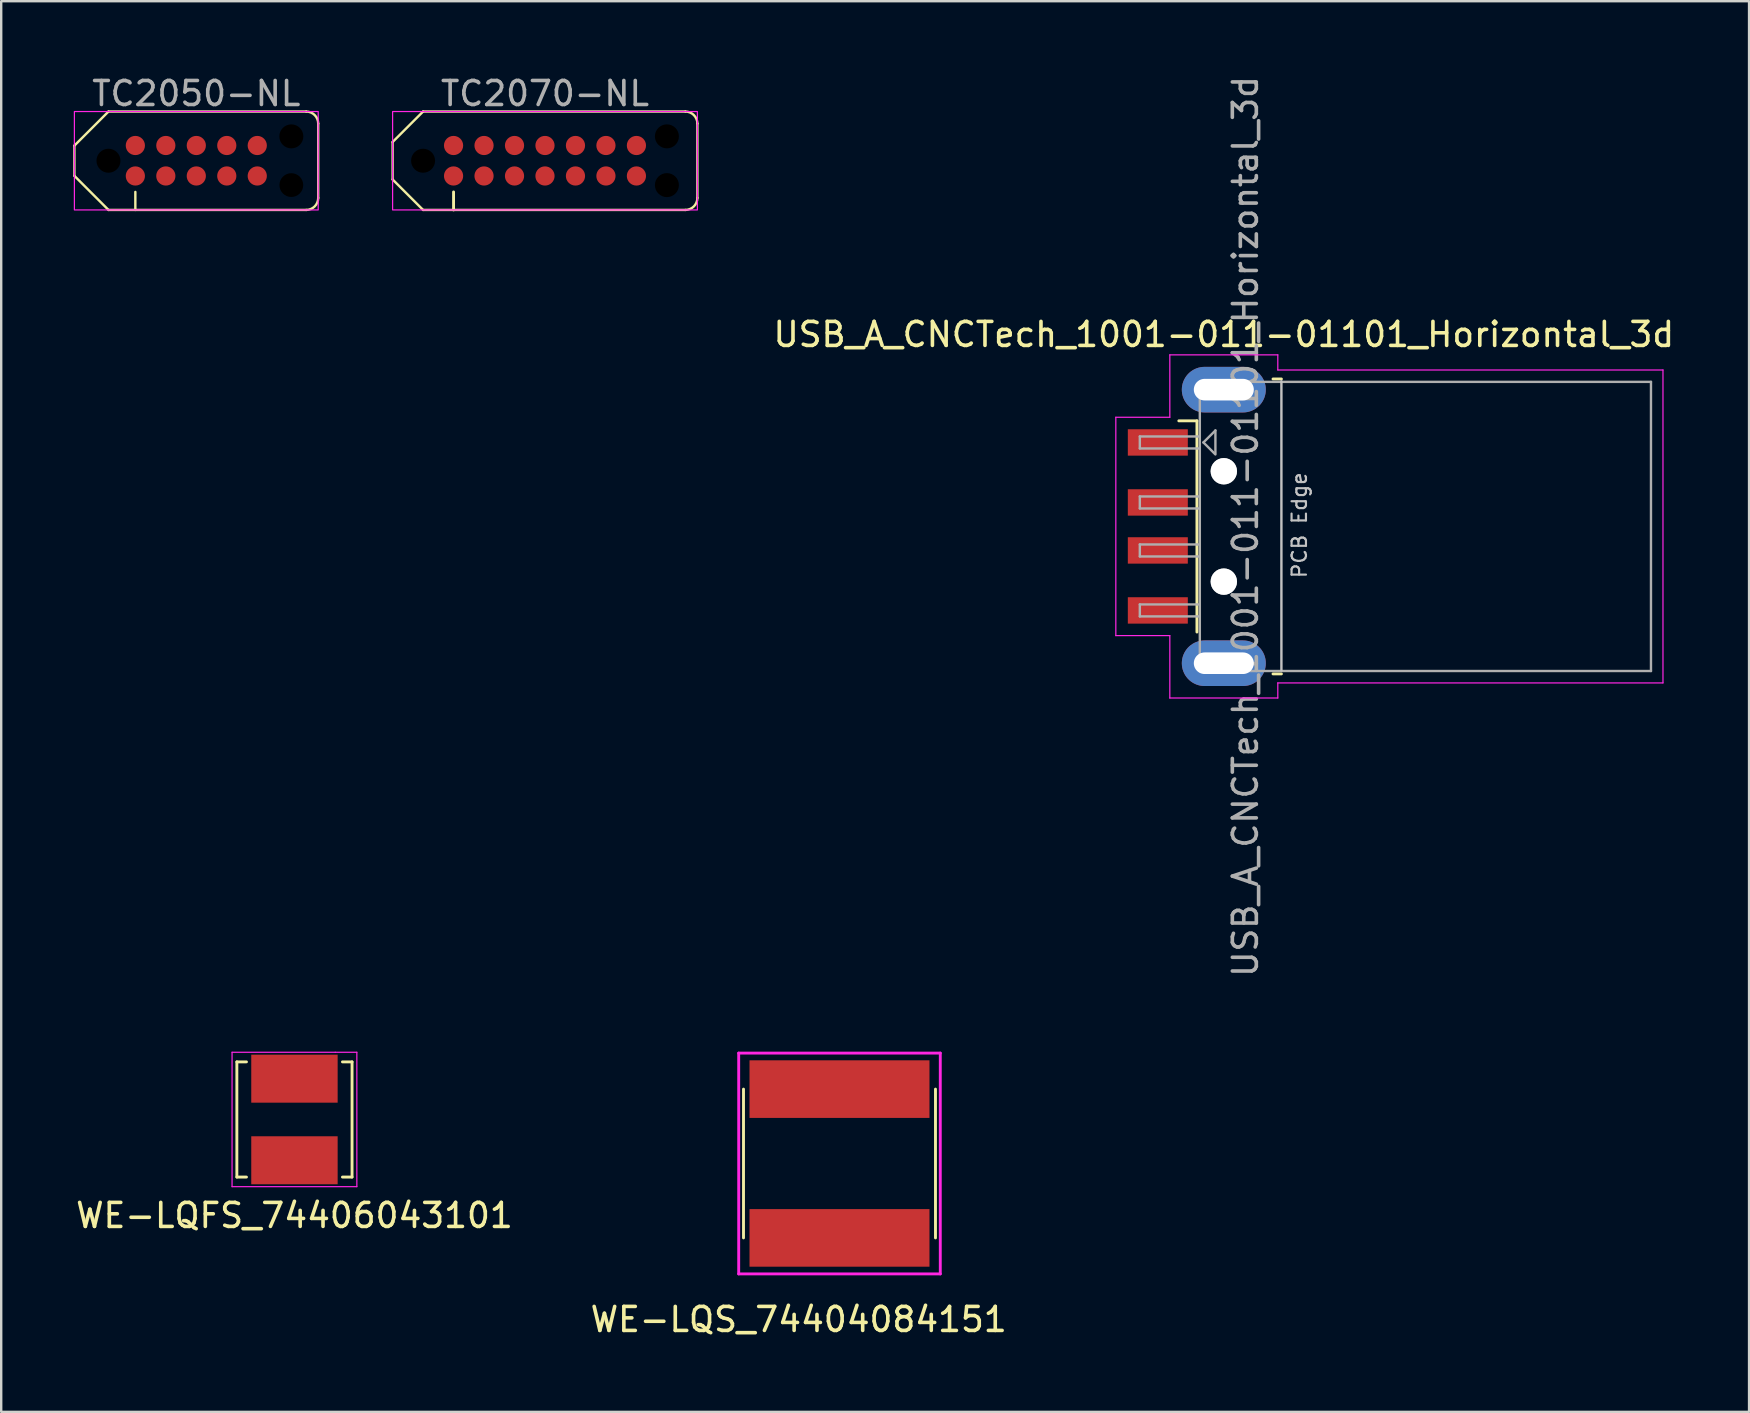
<source format=kicad_pcb>
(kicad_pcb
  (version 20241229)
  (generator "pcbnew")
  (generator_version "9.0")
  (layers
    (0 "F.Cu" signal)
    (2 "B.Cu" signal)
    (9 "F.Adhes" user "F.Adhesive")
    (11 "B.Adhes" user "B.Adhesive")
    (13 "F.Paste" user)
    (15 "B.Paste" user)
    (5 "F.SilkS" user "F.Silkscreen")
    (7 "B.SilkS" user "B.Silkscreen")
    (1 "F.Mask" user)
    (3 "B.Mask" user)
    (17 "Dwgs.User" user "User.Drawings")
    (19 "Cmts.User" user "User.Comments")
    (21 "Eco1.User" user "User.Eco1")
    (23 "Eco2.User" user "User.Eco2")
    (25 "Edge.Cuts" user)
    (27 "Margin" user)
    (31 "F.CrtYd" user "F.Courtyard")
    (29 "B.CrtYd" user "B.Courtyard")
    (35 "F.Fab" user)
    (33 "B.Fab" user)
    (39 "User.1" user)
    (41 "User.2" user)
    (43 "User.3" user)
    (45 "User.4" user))
  (footprint "TC2070-NL"
    (layer "F.Cu")
    (at 19.66 3.648)
    (property "Reference" "TC2070-NL" (at 0 -2.8 0) (unlocked yes) (layer "F.Fab") (effects (font (size 1 1) (thickness 0.15))))
    (attr smd exclude_from_pos_files exclude_from_bom)
    (fp_line (start -6.35 -0.78) (end -6.35 0.78) (stroke (width 0.1) (type solid)) (layer "F.SilkS"))
    (fp_line (start -5.08 -2.05) (end -6.35 -0.78) (stroke (width 0.1) (type solid)) (layer "F.SilkS"))
    (fp_line (start -5.08 2.05) (end -6.35 0.78) (stroke (width 0.1) (type solid)) (layer "F.SilkS"))
    (fp_line (start -3.81 2.05) (end -3.81 1.3) (stroke (width 0.12) (type solid)) (layer "F.SilkS"))
    (fp_line (start 5.85 -2.05) (end -5.08 -2.05) (stroke (width 0.1) (type solid)) (layer "F.SilkS"))
    (fp_line (start 5.85 2.05) (end -5.08 2.05) (stroke (width 0.1) (type solid)) (layer "F.SilkS"))
    (fp_line (start 6.35 -1.55) (end 6.35 1.55) (stroke (width 0.1) (type solid)) (layer "F.SilkS"))
    (fp_arc (start 5.85 -2.05) (mid 6.203553 -1.903553) (end 6.35 -1.55) (stroke (width 0.1) (type solid)) (layer "F.SilkS"))
    (fp_arc (start 6.35 1.55) (mid 6.203553 1.903553) (end 5.85 2.05) (stroke (width 0.1) (type solid)) (layer "F.SilkS"))
    (fp_rect (start 6.35 2.05) (end -6.35 -2.05) (stroke (width 0.05) (type solid)) (fill no) (layer "F.CrtYd"))
    (pad "" np_thru_hole circle (at -5.08 0) (size 1 1) (drill 1) (layers "*.Mask"))
    (pad "" np_thru_hole circle (at 5.08 -1.016) (size 1 1) (drill 1) (layers "*.Mask"))
    (pad "" np_thru_hole circle (at 5.08 1.016) (size 1 1) (drill 1) (layers "*.Mask"))
    (pad "1" smd circle (at -3.81 0.635) (size 0.8 0.8) (layers "F.Cu" "F.Mask"))
    (pad "2" smd circle (at -2.54 0.635) (size 0.8 0.8) (layers "F.Cu" "F.Mask"))
    (pad "3" smd circle (at -1.27 0.635) (size 0.8 0.8) (layers "F.Cu" "F.Mask"))
    (pad "4" smd circle (at 0 0.635) (size 0.8 0.8) (layers "F.Cu" "F.Mask"))
    (pad "5" smd circle (at 1.27 0.635) (size 0.8 0.8) (layers "F.Cu" "F.Mask"))
    (pad "6" smd circle (at 2.54 0.635) (size 0.8 0.8) (layers "F.Cu" "F.Mask"))
    (pad "7" smd circle (at 3.81 0.635) (size 0.8 0.8) (layers "F.Cu" "F.Mask"))
    (pad "8" smd circle (at 3.81 -0.635) (size 0.8 0.8) (layers "F.Cu" "F.Mask"))
    (pad "9" smd circle (at 2.54 -0.635) (size 0.8 0.8) (layers "F.Cu" "F.Mask"))
    (pad "10" smd circle (at 1.27 -0.635) (size 0.8 0.8) (layers "F.Cu" "F.Mask"))
    (pad "11" smd circle (at 0 -0.635) (size 0.8 0.8) (layers "F.Cu" "F.Mask"))
    (pad "12" smd circle (at -1.27 -0.635) (size 0.8 0.8) (layers "F.Cu" "F.Mask"))
    (pad "13" smd circle (at -2.54 -0.635) (size 0.8 0.8) (layers "F.Cu" "F.Mask"))
    (pad "14" smd circle (at -3.81 -0.635) (size 0.8 0.8) (layers "F.Cu" "F.Mask"))
    (zone (net_name "") (layers "F.Cu" "F.SilkS" "F.CrtYd") (hatch edge 0.508) (connect_pads) (min_thickness 0.254) (filled_areas_thickness no) (keepout (tracks not_allowed) (vias not_allowed) (pads allowed) (copperpour not_allowed) (footprints not_allowed)) (placement (enabled no)) (fill) (polygon (pts (xy 23.47 3.418) (xy 23.47 3.878) (xy 23.19 3.998) (xy 23.07 4.278) (xy 22.6 4.278) (xy 22.2 3.883) (xy 21.8 4.278) (xy 21.33 4.278) (xy 20.93 3.883) (xy 20.53 4.278) (xy 20.06 4.278) (xy 19.66 3.883) (xy 19.26 4.278) (xy 18.79 4.278) (xy 18.39 3.883) (xy 17.99 4.278) (xy 17.52 4.278) (xy 17.12 3.883) (xy 16.72 4.278) (xy 16.25 4.278) (xy 16.13 3.998) (xy 15.85 3.878) (xy 15.85 3.418) (xy 16.13 3.298) (xy 16.25 3.018) (xy 16.72 3.018) (xy 17.12 3.413) (xy 17.52 3.018) (xy 17.99 3.018) (xy 18.39 3.413) (xy 18.79 3.018) (xy 19.26 3.018) (xy 19.66 3.413) (xy 20.06 3.018) (xy 20.53 3.018) (xy 20.93 3.413) (xy 21.33 3.018) (xy 21.8 3.018) (xy 22.2 3.413) (xy 22.6 3.018) (xy 23.07 3.018) (xy 23.19 3.298)))))
  (footprint "TC2050-NL"
    (layer "F.Cu")
    (at 5.13 3.648)
    (property "Reference" "TC2050-NL" (at 0 -2.8 0) (unlocked yes) (layer "F.Fab") (effects (font (size 1 1) (thickness 0.15))))
    (attr smd exclude_from_pos_files exclude_from_bom)
    (fp_line (start -5.08 -0.63) (end -5.08 0.63) (stroke (width 0.1) (type solid)) (layer "F.SilkS"))
    (fp_line (start -3.66 -2.05) (end -5.08 -0.63) (stroke (width 0.1) (type solid)) (layer "F.SilkS"))
    (fp_line (start -3.66 2.05) (end -5.08 0.63) (stroke (width 0.1) (type solid)) (layer "F.SilkS"))
    (fp_line (start -2.54 2.05) (end -2.54 1.3) (stroke (width 0.1) (type solid)) (layer "F.SilkS"))
    (fp_line (start 4.58 -2.05) (end -3.66 -2.05) (stroke (width 0.1) (type solid)) (layer "F.SilkS"))
    (fp_line (start 4.58 2.05) (end -3.66 2.05) (stroke (width 0.1) (type solid)) (layer "F.SilkS"))
    (fp_line (start 5.08 1.55) (end 5.08 -1.55) (stroke (width 0.1) (type solid)) (layer "F.SilkS"))
    (fp_arc (start 4.58 -2.05) (mid 4.933553 -1.903553) (end 5.08 -1.55) (stroke (width 0.1) (type solid)) (layer "F.SilkS"))
    (fp_arc (start 5.08 1.55) (mid 4.933553 1.903553) (end 4.58 2.05) (stroke (width 0.1) (type solid)) (layer "F.SilkS"))
    (fp_rect (start -5.08 -2.05) (end 5.08 2.05) (stroke (width 0.05) (type solid)) (fill no) (layer "F.CrtYd"))
    (pad "" np_thru_hole circle (at -3.66 0) (size 1 1) (drill 1) (layers "*.Mask"))
    (pad "" np_thru_hole circle (at 3.96 -1.015) (size 1 1) (drill 1) (layers "*.Mask"))
    (pad "" np_thru_hole circle (at 3.96 1.015) (size 0.991 0.991) (drill 1) (layers "*.Mask"))
    (pad "1" smd circle (at -2.54 0.635) (size 0.8 0.8) (layers "F.Cu" "F.Mask"))
    (pad "2" smd circle (at -1.27 0.635) (size 0.8 0.8) (layers "F.Cu" "F.Mask"))
    (pad "3" smd circle (at 0 0.635) (size 0.8 0.8) (layers "F.Cu" "F.Mask"))
    (pad "4" smd circle (at 1.27 0.635) (size 0.8 0.8) (layers "F.Cu" "F.Mask"))
    (pad "5" smd circle (at 2.54 0.635) (size 0.8 0.8) (layers "F.Cu" "F.Mask"))
    (pad "6" smd circle (at 2.54 -0.635) (size 0.8 0.8) (layers "F.Cu" "F.Mask"))
    (pad "7" smd circle (at 1.27 -0.635) (size 0.8 0.8) (layers "F.Cu" "F.Mask"))
    (pad "8" smd circle (at 0 -0.635) (size 0.8 0.8) (layers "F.Cu" "F.Mask"))
    (pad "9" smd circle (at -1.27 -0.635) (size 0.8 0.8) (layers "F.Cu" "F.Mask"))
    (pad "10" smd circle (at -2.54 -0.635) (size 0.8 0.8) (layers "F.Cu" "F.Mask"))
    (zone (net_name "") (layers "F.Cu" "F.SilkS") (hatch edge 0.508) (connect_pads) (min_thickness 0.254) (filled_areas_thickness no) (keepout (tracks not_allowed) (vias not_allowed) (pads allowed) (copperpour not_allowed) (footprints not_allowed)) (placement (enabled no)) (fill) (polygon (pts (xy 2.99 3.018) (xy 3.46 3.018) (xy 3.86 3.413) (xy 4.26 3.018) (xy 4.73 3.018) (xy 5.13 3.413) (xy 5.53 3.018) (xy 6 3.018) (xy 6.4 3.413) (xy 6.8 3.018) (xy 7.27 3.018) (xy 7.39 3.298) (xy 7.67 3.418) (xy 7.67 3.878) (xy 7.39 3.998) (xy 7.27 4.278) (xy 6.8 4.278) (xy 6.4 3.883) (xy 6 4.278) (xy 5.53 4.278) (xy 5.13 3.883) (xy 4.73 4.278) (xy 4.26 4.278) (xy 3.86 3.883) (xy 3.46 4.278) (xy 2.99 4.278) (xy 2.87 3.998) (xy 2.59 3.878) (xy 2.59 3.418) (xy 2.87 3.298)))))
  (footprint "WE-LQFS_74406043101"
    (layer "F.Cu")
    (at 9.22 43.599)
    (property "Reference" "WE-LQFS_74406043101" (at 0 4 0) (layer "F.SilkS") (effects (font (size 1 1) (thickness 0.15))))
    (attr smd)
    (fp_line (start -2.4 -2.4) (end -2 -2.4) (stroke (width 0.12) (type solid)) (layer "F.SilkS"))
    (fp_line (start -2.4 2.4) (end -2.4 -2.4) (stroke (width 0.12) (type solid)) (layer "F.SilkS"))
    (fp_line (start -2.4 2.4) (end -2 2.4) (stroke (width 0.12) (type solid)) (layer "F.SilkS"))
    (fp_line (start 2.4 -2.4) (end 2 -2.4) (stroke (width 0.12) (type solid)) (layer "F.SilkS"))
    (fp_line (start 2.4 -2.4) (end 2.4 2.4) (stroke (width 0.12) (type solid)) (layer "F.SilkS"))
    (fp_line (start 2.4 2.4) (end 2 2.4) (stroke (width 0.12) (type solid)) (layer "F.SilkS"))
    (fp_line (start -2.6 -2.8) (end 1.7 -2.8) (stroke (width 0.05) (type solid)) (layer "F.CrtYd"))
    (fp_line (start -2.6 2.8) (end -2.6 -2.8) (stroke (width 0.05) (type solid)) (layer "F.CrtYd"))
    (fp_line (start 1.7 -2.8) (end 2.6 -2.8) (stroke (width 0.05) (type solid)) (layer "F.CrtYd"))
    (fp_line (start 2.6 -2.8) (end 2.6 2.8) (stroke (width 0.05) (type solid)) (layer "F.CrtYd"))
    (fp_line (start 2.6 2.8) (end -2.6 2.8) (stroke (width 0.05) (type solid)) (layer "F.CrtYd"))
    (pad "1" smd rect (at 0 -1.7) (size 3.6 2) (layers "F.Cu" "F.Mask" "F.Paste"))
    (pad "2" smd rect (at 0 1.7) (size 3.6 2) (layers "F.Cu" "F.Mask" "F.Paste")))
  (footprint "WE-LQS_74404084151"
    (layer "F.Cu")
    (at 31.932 45.434)
    (property "Reference" "WE-LQS_74404084151" (at -1.7 6.5 0) (layer "F.SilkS") (effects (font (size 1 1) (thickness 0.15))))
    (attr smd)
    (fp_line (start -4 3.1) (end -4 -3.1) (stroke (width 0.12) (type solid)) (layer "F.SilkS"))
    (fp_line (start 4 3.1) (end 4 -3.1) (stroke (width 0.12) (type solid)) (layer "F.SilkS"))
    (fp_line (start -4.2 -4.6) (end 4.2 -4.6) (stroke (width 0.12) (type solid)) (layer "F.CrtYd"))
    (fp_line (start -4.2 4.6) (end -4.2 -4.6) (stroke (width 0.12) (type solid)) (layer "F.CrtYd"))
    (fp_line (start 4.2 -4.6) (end 4.2 4.6) (stroke (width 0.12) (type solid)) (layer "F.CrtYd"))
    (fp_line (start 4.2 4.6) (end -4.2 4.6) (stroke (width 0.12) (type solid)) (layer "F.CrtYd"))
    (pad "1" smd rect (at 0 -3.1) (size 7.5 2.4) (layers "F.Cu" "F.Mask" "F.Paste"))
    (pad "2" smd rect (at 0 3.1) (size 7.5 2.4) (layers "F.Cu" "F.Mask" "F.Paste")))
  (footprint "USB_A_CNCTech_1001-011-01101_Horizontal_3d"
    (layer "F.Cu")
    (at 54.847 18.887)
    (property "Reference" "USB_A_CNCTech_1001-011-01101_Horizontal_3d" (at -6.9 -8 0) (layer "F.SilkS") (effects (font (size 1 1) (thickness 0.15))))
    (attr through_hole)
    (fp_line (start -8.02 -4.4) (end -8.775 -4.4) (stroke (width 0.12) (type solid)) (layer "F.SilkS"))
    (fp_line (start -8.02 -4.4) (end -8.02 4.4) (stroke (width 0.12) (type solid)) (layer "F.SilkS"))
    (fp_line (start -4.85 -6.145) (end -4.5 -6.145) (stroke (width 0.12) (type solid)) (layer "F.SilkS"))
    (fp_line (start -4.85 6.145) (end -4.5 6.145) (stroke (width 0.12) (type solid)) (layer "F.SilkS"))
    (fp_line (start -4.5 6) (end -4.5 -6.05) (stroke (width 0.1) (type solid)) (layer "Dwgs.User"))
    (fp_line (start -11.4 -4.55) (end -9.15 -4.55) (stroke (width 0.05) (type solid)) (layer "F.CrtYd"))
    (fp_line (start -11.4 4.55) (end -11.4 -4.55) (stroke (width 0.05) (type solid)) (layer "F.CrtYd"))
    (fp_line (start -11.4 4.55) (end -9.15 4.55) (stroke (width 0.05) (type solid)) (layer "F.CrtYd"))
    (fp_line (start -9.15 -7.15) (end -9.15 -4.55) (stroke (width 0.05) (type solid)) (layer "F.CrtYd"))
    (fp_line (start -9.15 -7.15) (end -4.65 -7.15) (stroke (width 0.05) (type solid)) (layer "F.CrtYd"))
    (fp_line (start -9.15 4.55) (end -9.15 7.15) (stroke (width 0.05) (type solid)) (layer "F.CrtYd"))
    (fp_line (start -9.15 7.15) (end -4.65 7.15) (stroke (width 0.05) (type solid)) (layer "F.CrtYd"))
    (fp_line (start -4.65 -6.52) (end -4.65 -7.15) (stroke (width 0.05) (type solid)) (layer "F.CrtYd"))
    (fp_line (start -4.65 -6.52) (end 11.4 -6.52) (stroke (width 0.05) (type solid)) (layer "F.CrtYd"))
    (fp_line (start -4.65 6.52) (end 11.4 6.52) (stroke (width 0.05) (type solid)) (layer "F.CrtYd"))
    (fp_line (start -4.65 7.15) (end -4.65 6.52) (stroke (width 0.05) (type solid)) (layer "F.CrtYd"))
    (fp_line (start 11.4 6.52) (end 11.4 -6.52) (stroke (width 0.05) (type solid)) (layer "F.CrtYd"))
    (fp_line (start -10.4 -3.75) (end -7.9 -3.75) (stroke (width 0.1) (type solid)) (layer "F.Fab"))
    (fp_line (start -10.4 -3.25) (end -10.4 -3.75) (stroke (width 0.1) (type solid)) (layer "F.Fab"))
    (fp_line (start -10.4 -3.25) (end -7.9 -3.25) (stroke (width 0.1) (type solid)) (layer "F.Fab"))
    (fp_line (start -10.4 -1.25) (end -7.9 -1.25) (stroke (width 0.1) (type solid)) (layer "F.Fab"))
    (fp_line (start -10.4 -0.75) (end -10.4 -1.25) (stroke (width 0.1) (type solid)) (layer "F.Fab"))
    (fp_line (start -10.4 -0.75) (end -7.9 -0.75) (stroke (width 0.1) (type solid)) (layer "F.Fab"))
    (fp_line (start -10.4 0.75) (end -7.9 0.75) (stroke (width 0.1) (type solid)) (layer "F.Fab"))
    (fp_line (start -10.4 1.25) (end -10.4 0.75) (stroke (width 0.1) (type solid)) (layer "F.Fab"))
    (fp_line (start -10.4 1.25) (end -7.9 1.25) (stroke (width 0.1) (type solid)) (layer "F.Fab"))
    (fp_line (start -10.4 3.25) (end -7.9 3.25) (stroke (width 0.1) (type solid)) (layer "F.Fab"))
    (fp_line (start -10.4 3.75) (end -10.4 3.25) (stroke (width 0.1) (type solid)) (layer "F.Fab"))
    (fp_line (start -10.4 3.75) (end -7.9 3.75) (stroke (width 0.1) (type solid)) (layer "F.Fab"))
    (fp_line (start -7.9 -6.025) (end 10.9 -6.025) (stroke (width 0.1) (type solid)) (layer "F.Fab"))
    (fp_line (start -7.9 6.025) (end -7.9 -6.025) (stroke (width 0.1) (type solid)) (layer "F.Fab"))
    (fp_line (start -7.9 6.025) (end 10.9 6.025) (stroke (width 0.1) (type solid)) (layer "F.Fab"))
    (fp_line (start -7.75 -3.5) (end -7.25 -4) (stroke (width 0.1) (type solid)) (layer "F.Fab"))
    (fp_line (start -7.75 -3.5) (end -7.25 -3) (stroke (width 0.1) (type solid)) (layer "F.Fab"))
    (fp_line (start -7.25 -4) (end -7.25 -3.05) (stroke (width 0.1) (type solid)) (layer "F.Fab"))
    (fp_line (start 10.9 6.025) (end 10.9 -6.025) (stroke (width 0.1) (type solid)) (layer "F.Fab"))
    (fp_circle (center -6.9 -2.3) (end -6.9 -2.8) (stroke (width 0.1) (type solid)) (fill no) (layer "F.Fab"))
    (fp_circle (center -6.9 2.3) (end -6.9 2.8) (stroke (width 0.1) (type solid)) (fill no) (layer "F.Fab"))
    (fp_text user "PCB Edge" (at -3.75 -0.05 90) (layer "Dwgs.User") (effects (font (size 0.6 0.6) (thickness 0.09))))
    (fp_text user "${REFERENCE}" (at -6 0 90) (layer "F.Fab") (effects (font (size 1 1) (thickness 0.15))))
    (pad "" np_thru_hole circle (at -6.9 -2.3) (size 1.1 1.1) (drill 1.1) (layers "*.Cu" "*.Mask"))
    (pad "" np_thru_hole circle (at -6.9 2.3) (size 1.1 1.1) (drill 1.1) (layers "*.Cu" "*.Mask"))
    (pad "1" smd rect (at -9.65 -3.5) (size 2.5 1.1) (layers "F.Cu" "F.Mask" "F.Paste"))
    (pad "2" smd rect (at -9.65 -1) (size 2.5 1.1) (layers "F.Cu" "F.Mask" "F.Paste"))
    (pad "3" smd rect (at -9.65 1) (size 2.5 1.1) (layers "F.Cu" "F.Mask" "F.Paste"))
    (pad "4" smd rect (at -9.65 3.5) (size 2.5 1.1) (layers "F.Cu" "F.Mask" "F.Paste"))
    (pad "5" thru_hole oval (at -6.9 -5.7) (size 3.5 1.9) (drill oval 2.5 0.9) (layers "*.Cu" "*.Mask"))
    (pad "5" thru_hole oval (at -6.9 5.7) (size 3.5 1.9) (drill oval 2.5 0.9) (layers "*.Cu" "*.Mask")))
  (gr_rect
    (start -3 -3)
    (end 69.834 55.782)
    (stroke (width 0.1) (type default))
    (fill no)
    (layer "Edge.Cuts")))
</source>
